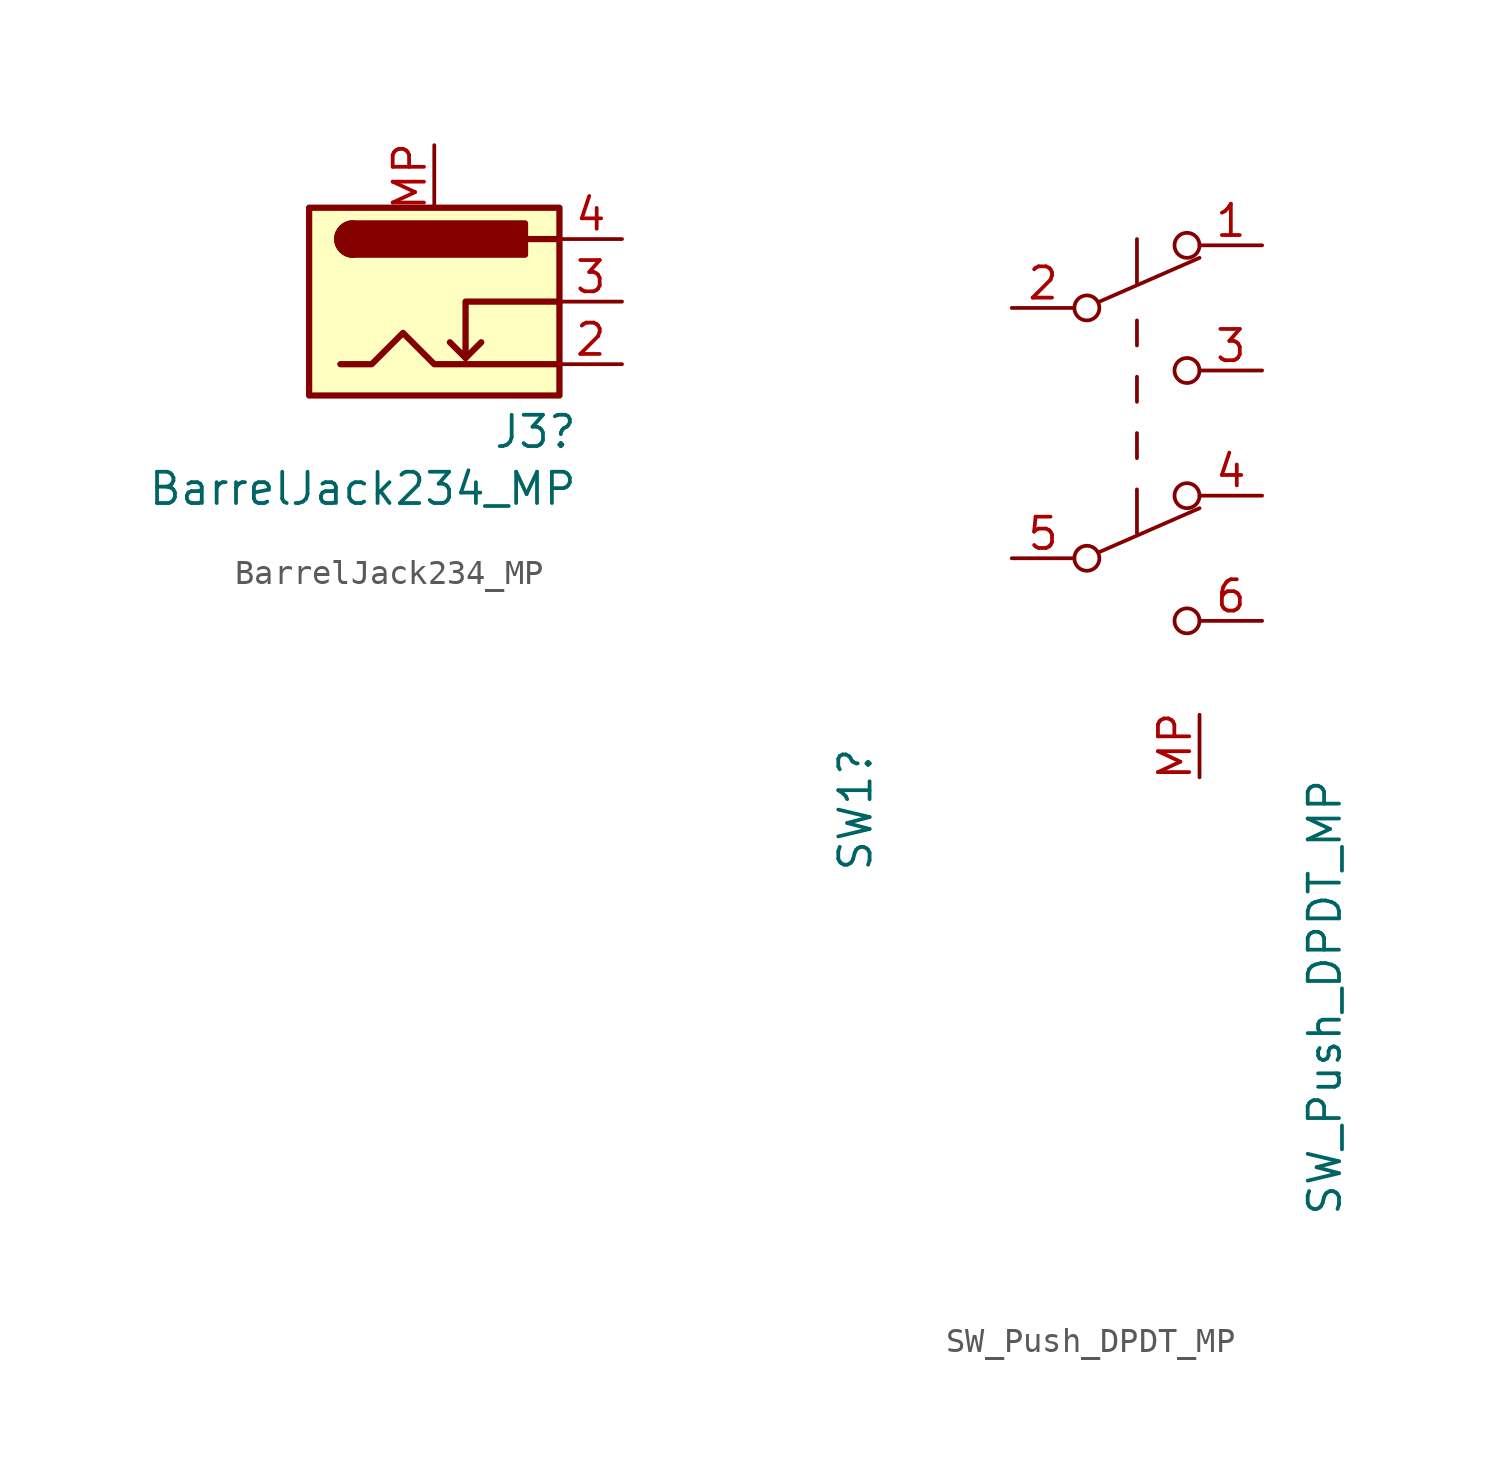
<source format=kicad_sym>
(kicad_symbol_lib
  (version 20211014)
  (generator kicad_symbol_editor)
  (symbol "BarrelJack234_MP"
    (property "Reference" "J3"
      (at 5.842 1.067 0)
      (effects (font (size 1.27 1.27)) (justify right)))
    (property "Value" "BarrelJack234_MP"
      (at 5.842 -1.245 0)
      (effects (font (size 1.27 1.27)) (justify right)))
    (symbol "BarrelJack234_MP_0_1"
      (rectangle (start -5.08 10.16) (end 5.08 2.54) (stroke (width 0.254) (type default) (color 0 0 0 0)) (fill (type background)))
      (arc (start -3.302 9.525) (mid -3.937 8.89) (end -3.302 8.255) (stroke (width 0.254) (type default) (color 0 0 0 0)) (fill (type none)))
      (arc (start -3.302 9.525) (mid -3.937 8.89) (end -3.302 8.255) (stroke (width 0.254) (type default) (color 0 0 0 0)) (fill (type outline)))
      (polyline (pts (xy 1.27 4.064) (xy 1.905 4.699)) (stroke (width 0.254) (type default) (color 0 0 0 0)) (fill (type none)))
      (polyline (pts (xy 5.08 8.89) (xy 3.81 8.89)) (stroke (width 0.254) (type default) (color 0 0 0 0)) (fill (type none)))
      (polyline (pts (xy 5.08 6.35) (xy 1.27 6.35) (xy 1.27 4.064) (xy 0.635 4.699)) (stroke (width 0.254) (type default) (color 0 0 0 0)) (fill (type none)))
      (polyline (pts (xy -3.81 3.81) (xy -2.54 3.81) (xy -1.27 5.08) (xy 0 3.81) (xy 2.54 3.81) (xy 5.08 3.81)) (stroke (width 0.254) (type default) (color 0 0 0 0)) (fill (type none)))
      (rectangle (start 3.683 9.525) (end -3.302 8.255) (stroke (width 0.254) (type default) (color 0 0 0 0)) (fill (type outline))))
    (symbol "BarrelJack234_MP_1_1"
      (pin passive line (at 7.62 3.81 180) (length 2.54) (name "~" (effects (font (size 1.27 1.27)))) (number "2" (effects (font (size 1.27 1.27)))))
      (pin passive line (at 7.62 6.35 180) (length 2.54) (name "~" (effects (font (size 1.27 1.27)))) (number "3" (effects (font (size 1.27 1.27)))))
      (pin passive line (at 7.62 8.89 180) (length 2.54) (name "~" (effects (font (size 1.27 1.27)))) (number "4" (effects (font (size 1.27 1.27)))))
      (pin passive line (at 0 12.7 270) (length 2.54) (name "~" (effects (font (size 1.27 1.27)))) (number "MP" (effects (font (size 1.27 1.27)))))))
  (symbol "SW_Push_DPDT_MP"
    (pin_names
      (offset 0) hide)
    (property "Reference" "SW1"
      (at -11.43 -12.7 90)
      (effects (font (size 1.27 1.27)) (justify right)))
    (property "Value" "SW_Push_DPDT_MP"
      (at 7.62 -13.97 90)
      (effects (font (size 1.27 1.27)) (justify right)))
    (symbol "SW_Push_DPDT_MP_0_0"
      (circle (center -2.032 -5.08) (radius 0.508) (stroke (width 0) (type default) (color 0 0 0 0)) (fill (type none)))
      (circle (center -2.032 5.08) (radius 0.508) (stroke (width 0) (type default) (color 0 0 0 0)) (fill (type none)))
      (circle (center 2.032 -7.62) (radius 0.508) (stroke (width 0) (type default) (color 0 0 0 0)) (fill (type none)))
      (circle (center 2.032 2.54) (radius 0.508) (stroke (width 0) (type default) (color 0 0 0 0)) (fill (type none))))
    (symbol "SW_Push_DPDT_MP_0_1"
      (polyline (pts (xy -1.524 -4.826) (xy 2.54 -3.048)) (stroke (width 0) (type default) (color 0 0 0 0)) (fill (type none)))
      (polyline (pts (xy -1.524 5.334) (xy 2.54 7.112)) (stroke (width 0) (type default) (color 0 0 0 0)) (fill (type none)))
      (polyline (pts (xy 0 -2.286) (xy 0 -4.064)) (stroke (width 0) (type default) (color 0 0 0 0)) (fill (type none)))
      (polyline (pts (xy 0 -1.016) (xy 0 0)) (stroke (width 0) (type default) (color 0 0 0 0)) (fill (type none)))
      (polyline (pts (xy 0 1.27) (xy 0 2.286)) (stroke (width 0) (type default) (color 0 0 0 0)) (fill (type none)))
      (polyline (pts (xy 0 3.556) (xy 0 4.572)) (stroke (width 0) (type default) (color 0 0 0 0)) (fill (type none)))
      (polyline (pts (xy 0 7.874) (xy 0 6.096)) (stroke (width 0) (type default) (color 0 0 0 0)) (fill (type none)))
      (circle (center 2.032 -2.54) (radius 0.508) (stroke (width 0) (type default) (color 0 0 0 0)) (fill (type none)))
      (circle (center 2.032 7.62) (radius 0.508) (stroke (width 0) (type default) (color 0 0 0 0)) (fill (type none))))
    (symbol "SW_Push_DPDT_MP_1_1"
      (pin passive line (at 5.08 7.62 180) (length 2.54) (name "A" (effects (font (size 1.27 1.27)))) (number "1" (effects (font (size 1.27 1.27)))))
      (pin passive line (at -5.08 5.08 0) (length 2.54) (name "B" (effects (font (size 1.27 1.27)))) (number "2" (effects (font (size 1.27 1.27)))))
      (pin passive line (at 5.08 2.54 180) (length 2.54) (name "C" (effects (font (size 1.27 1.27)))) (number "3" (effects (font (size 1.27 1.27)))))
      (pin passive line (at 5.08 -2.54 180) (length 2.54) (name "A" (effects (font (size 1.27 1.27)))) (number "4" (effects (font (size 1.27 1.27)))))
      (pin passive line (at -5.08 -5.08 0) (length 2.54) (name "B" (effects (font (size 1.27 1.27)))) (number "5" (effects (font (size 1.27 1.27)))))
      (pin passive line (at 5.08 -7.62 180) (length 2.54) (name "C" (effects (font (size 1.27 1.27)))) (number "6" (effects (font (size 1.27 1.27)))))
      (pin passive line (at 2.54 -13.97 90) (length 2.54) (name "MP" (effects (font (size 1.27 1.27)))) (number "MP" (effects (font (size 1.27 1.27))))))))
</source>
